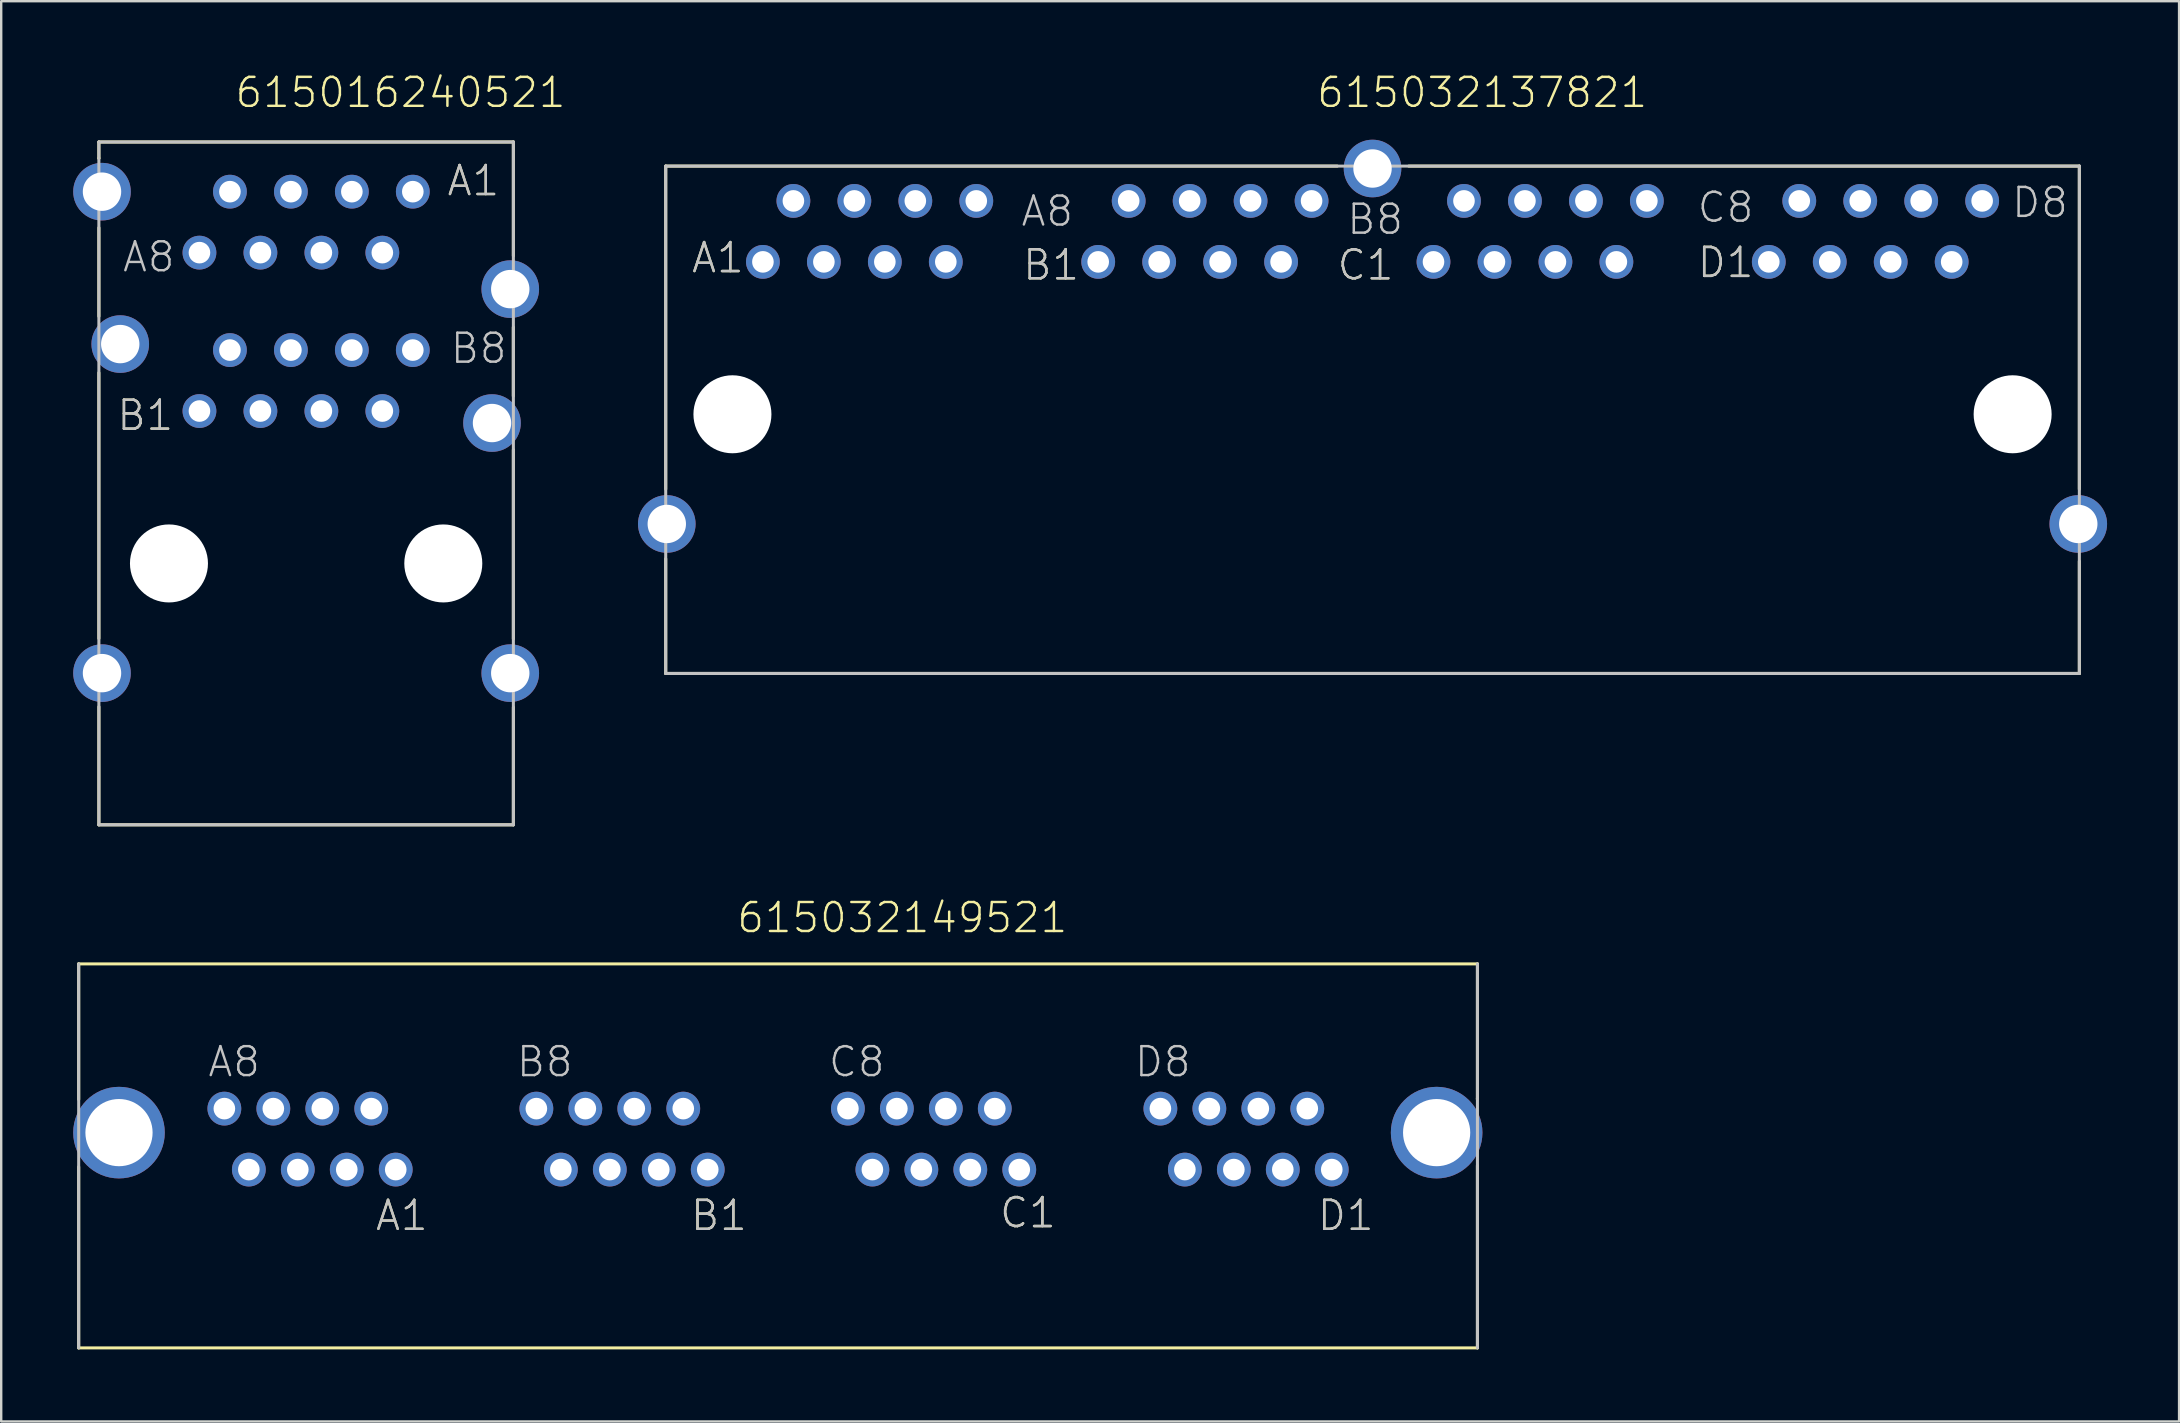
<source format=kicad_pcb>
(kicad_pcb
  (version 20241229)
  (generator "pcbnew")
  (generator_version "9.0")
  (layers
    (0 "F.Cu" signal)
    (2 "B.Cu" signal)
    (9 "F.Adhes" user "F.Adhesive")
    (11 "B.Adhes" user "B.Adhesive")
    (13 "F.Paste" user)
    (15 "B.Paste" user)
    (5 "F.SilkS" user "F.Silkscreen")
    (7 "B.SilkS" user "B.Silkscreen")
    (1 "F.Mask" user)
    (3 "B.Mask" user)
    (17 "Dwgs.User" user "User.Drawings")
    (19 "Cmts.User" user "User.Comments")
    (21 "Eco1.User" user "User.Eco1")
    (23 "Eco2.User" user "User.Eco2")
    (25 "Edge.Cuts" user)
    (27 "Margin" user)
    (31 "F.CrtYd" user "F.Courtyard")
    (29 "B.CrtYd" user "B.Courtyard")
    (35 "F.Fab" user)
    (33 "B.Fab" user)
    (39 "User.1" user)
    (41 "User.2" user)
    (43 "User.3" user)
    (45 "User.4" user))
  (footprint "615032149521"
    (layer "F.Cu")
    (at 29.368 44.141)
    (property "Reference" "615032149521" (at -1.782 -8.25 0) (layer "F.SilkS") (effects (font (size 1.206 1.206) (thickness 0.102)) (justify left bottom)))
    (attr through_hole)
    (fp_line (start -29.14 -7.03) (end 29.14 -7.03) (stroke (width 0.127) (type solid)) (layer "F.SilkS"))
    (fp_line (start -29.14 -1.385) (end -29.14 -7.032) (stroke (width 0.127) (type solid)) (layer "F.SilkS"))
    (fp_line (start -29.14 1.427) (end -29.14 8.971) (stroke (width 0.127) (type solid)) (layer "F.SilkS"))
    (fp_line (start 29.136 -1.402) (end 29.14 -1.402) (stroke (width 0.127) (type solid)) (layer "F.SilkS"))
    (fp_line (start 29.14 -1.402) (end 29.14 -7.03) (stroke (width 0.127) (type solid)) (layer "F.SilkS"))
    (fp_line (start 29.14 1.369) (end 29.14 8.97) (stroke (width 0.127) (type solid)) (layer "F.SilkS"))
    (fp_line (start 29.14 8.97) (end -29.14 8.97) (stroke (width 0.127) (type solid)) (layer "F.SilkS"))
    (fp_line (start -29.14 8.97) (end -29.14 -7.03) (stroke (width 0.127) (type solid)) (layer "Dwgs.User"))
    (fp_line (start 29.14 -7.03) (end 29.14 8.97) (stroke (width 0.127) (type solid)) (layer "Dwgs.User"))
    (fp_text user "A1" (at -16.835 4.16 0) (layer "F.SilkS") (effects (font (size 1.206 1.206) (thickness 0.102)) (justify left bottom)))
    (fp_text user "B1" (at -3.71 4.16 0) (layer "F.SilkS") (effects (font (size 1.206 1.206) (thickness 0.102)) (justify left bottom)))
    (fp_text user "D1" (at 22.405 4.16 0) (layer "F.SilkS") (effects (font (size 1.206 1.206) (thickness 0.102)) (justify left bottom)))
    (fp_text user "C1" (at 9.165 4.045 0) (layer "F.SilkS") (effects (font (size 1.206 1.206) (thickness 0.102)) (justify left bottom)))
    (fp_text user "A1" (at -16.835 4.16 0) (layer "Dwgs.User") (effects (font (size 1.206 1.206) (thickness 0.102)) (justify left bottom)))
    (fp_text user "B1" (at -3.71 4.16 0) (layer "Dwgs.User") (effects (font (size 1.206 1.206) (thickness 0.102)) (justify left bottom)))
    (fp_text user "D8" (at 14.785 -2.245 0) (layer "Dwgs.User") (effects (font (size 1.206 1.206) (thickness 0.102)) (justify left bottom)))
    (fp_text user "B8" (at -10.965 -2.245 0) (layer "Dwgs.User") (effects (font (size 1.206 1.206) (thickness 0.102)) (justify left bottom)))
    (fp_text user "C1" (at 9.165 4.045 0) (layer "Dwgs.User") (effects (font (size 1.206 1.206) (thickness 0.102)) (justify left bottom)))
    (fp_text user "A8" (at -23.82 -2.245 0) (layer "Dwgs.User") (effects (font (size 1.206 1.206) (thickness 0.102)) (justify left bottom)))
    (fp_text user "C8" (at 2.035 -2.245 0) (layer "Dwgs.User") (effects (font (size 1.206 1.206) (thickness 0.102)) (justify left bottom)))
    (fp_text user "D1" (at 22.405 4.16 0) (layer "Dwgs.User") (effects (font (size 1.206 1.206) (thickness 0.102)) (justify left bottom)))
    (pad "A1" thru_hole circle (at -15.93 1.54) (size 1.408 1.408) (drill 0.9) (layers "*.Cu" "*.Mask"))
    (pad "A2" thru_hole circle (at -16.95 -1) (size 1.408 1.408) (drill 0.9) (layers "*.Cu" "*.Mask"))
    (pad "A3" thru_hole circle (at -17.97 1.54) (size 1.408 1.408) (drill 0.9) (layers "*.Cu" "*.Mask"))
    (pad "A4" thru_hole circle (at -18.99 -1) (size 1.408 1.408) (drill 0.9) (layers "*.Cu" "*.Mask"))
    (pad "A5" thru_hole circle (at -20.01 1.54) (size 1.408 1.408) (drill 0.9) (layers "*.Cu" "*.Mask"))
    (pad "A6" thru_hole circle (at -21.03 -1) (size 1.408 1.408) (drill 0.9) (layers "*.Cu" "*.Mask"))
    (pad "A7" thru_hole circle (at -22.05 1.54) (size 1.408 1.408) (drill 0.9) (layers "*.Cu" "*.Mask"))
    (pad "A8" thru_hole circle (at -23.07 -1) (size 1.408 1.408) (drill 0.9) (layers "*.Cu" "*.Mask"))
    (pad "B1" thru_hole circle (at -2.93 1.54) (size 1.408 1.408) (drill 0.9) (layers "*.Cu" "*.Mask"))
    (pad "B2" thru_hole circle (at -3.95 -1) (size 1.408 1.408) (drill 0.9) (layers "*.Cu" "*.Mask"))
    (pad "B3" thru_hole circle (at -4.97 1.54) (size 1.408 1.408) (drill 0.9) (layers "*.Cu" "*.Mask"))
    (pad "B4" thru_hole circle (at -5.99 -1) (size 1.408 1.408) (drill 0.9) (layers "*.Cu" "*.Mask"))
    (pad "B5" thru_hole circle (at -7.01 1.54) (size 1.408 1.408) (drill 0.9) (layers "*.Cu" "*.Mask"))
    (pad "B6" thru_hole circle (at -8.03 -1) (size 1.408 1.408) (drill 0.9) (layers "*.Cu" "*.Mask"))
    (pad "B7" thru_hole circle (at -9.05 1.54) (size 1.408 1.408) (drill 0.9) (layers "*.Cu" "*.Mask"))
    (pad "B8" thru_hole circle (at -10.07 -1) (size 1.408 1.408) (drill 0.9) (layers "*.Cu" "*.Mask"))
    (pad "C1" thru_hole circle (at 10.05 1.54) (size 1.408 1.408) (drill 0.9) (layers "*.Cu" "*.Mask"))
    (pad "C2" thru_hole circle (at 9.03 -1) (size 1.408 1.408) (drill 0.9) (layers "*.Cu" "*.Mask"))
    (pad "C3" thru_hole circle (at 8.01 1.54) (size 1.408 1.408) (drill 0.9) (layers "*.Cu" "*.Mask"))
    (pad "C4" thru_hole circle (at 6.99 -1) (size 1.408 1.408) (drill 0.9) (layers "*.Cu" "*.Mask"))
    (pad "C5" thru_hole circle (at 5.97 1.54) (size 1.408 1.408) (drill 0.9) (layers "*.Cu" "*.Mask"))
    (pad "C6" thru_hole circle (at 4.95 -1) (size 1.408 1.408) (drill 0.9) (layers "*.Cu" "*.Mask"))
    (pad "C7" thru_hole circle (at 3.93 1.54) (size 1.408 1.408) (drill 0.9) (layers "*.Cu" "*.Mask"))
    (pad "C8" thru_hole circle (at 2.91 -1) (size 1.408 1.408) (drill 0.9) (layers "*.Cu" "*.Mask"))
    (pad "D1" thru_hole circle (at 23.07 1.54) (size 1.408 1.408) (drill 0.9) (layers "*.Cu" "*.Mask"))
    (pad "D2" thru_hole circle (at 22.05 -1) (size 1.408 1.408) (drill 0.9) (layers "*.Cu" "*.Mask"))
    (pad "D3" thru_hole circle (at 21.03 1.54) (size 1.408 1.408) (drill 0.9) (layers "*.Cu" "*.Mask"))
    (pad "D4" thru_hole circle (at 20.01 -1) (size 1.408 1.408) (drill 0.9) (layers "*.Cu" "*.Mask"))
    (pad "D5" thru_hole circle (at 18.99 1.54) (size 1.408 1.408) (drill 0.9) (layers "*.Cu" "*.Mask"))
    (pad "D6" thru_hole circle (at 17.97 -1) (size 1.408 1.408) (drill 0.9) (layers "*.Cu" "*.Mask"))
    (pad "D7" thru_hole circle (at 16.95 1.54) (size 1.408 1.408) (drill 0.9) (layers "*.Cu" "*.Mask"))
    (pad "D8" thru_hole circle (at 15.93 -1) (size 1.408 1.408) (drill 0.9) (layers "*.Cu" "*.Mask"))
    (pad "SHEL" thru_hole circle (at -27.46 0) (size 3.816 3.816) (drill 2.8) (layers "*.Cu" "*.Mask"))
    (pad "SHEL" thru_hole circle (at 27.44 0) (size 3.816 3.816) (drill 2.8) (layers "*.Cu" "*.Mask")))
  (footprint "615032137821"
    (layer "F.Cu")
    (at 54.137 6.591)
    (property "Reference" "615032137821" (at -2.39 -5.08 0) (layer "F.SilkS") (effects (font (size 1.206 1.206) (thickness 0.102)) (justify left bottom)))
    (attr through_hole)
    (fp_line (start -29.45 -2.72) (end -29.45 10.74) (stroke (width 0.127) (type solid)) (layer "F.SilkS"))
    (fp_line (start -29.45 18.42) (end -29.45 13.64) (stroke (width 0.127) (type solid)) (layer "F.SilkS"))
    (fp_line (start -1.47 -2.72) (end -29.45 -2.72) (stroke (width 0.127) (type solid)) (layer "F.SilkS"))
    (fp_line (start 1.51 -2.72) (end 29.45 -2.72) (stroke (width 0.127) (type solid)) (layer "F.SilkS"))
    (fp_line (start 29.45 -2.72) (end 29.45 10.74) (stroke (width 0.127) (type solid)) (layer "F.SilkS"))
    (fp_line (start 29.45 13.74) (end 29.45 18.42) (stroke (width 0.127) (type solid)) (layer "F.SilkS"))
    (fp_line (start 29.45 18.42) (end -29.45 18.42) (stroke (width 0.127) (type solid)) (layer "F.SilkS"))
    (fp_line (start -29.45 -2.72) (end 29.45 -2.72) (stroke (width 0.127) (type solid)) (layer "Dwgs.User"))
    (fp_line (start -29.45 18.42) (end -29.45 -2.72) (stroke (width 0.127) (type solid)) (layer "Dwgs.User"))
    (fp_line (start 29.45 -2.72) (end 29.45 18.42) (stroke (width 0.127) (type solid)) (layer "Dwgs.User"))
    (fp_line (start 29.45 18.42) (end -29.45 18.42) (stroke (width 0.127) (type solid)) (layer "Dwgs.User"))
    (fp_text user "D1" (at 13.465 2.005 0) (layer "F.SilkS") (effects (font (size 1.206 1.206) (thickness 0.102)) (justify left bottom)))
    (fp_text user "B1" (at -14.635 2.105 0) (layer "F.SilkS") (effects (font (size 1.206 1.206) (thickness 0.102)) (justify left bottom)))
    (fp_text user "C1" (at -1.535 2.105 0) (layer "F.SilkS") (effects (font (size 1.206 1.206) (thickness 0.102)) (justify left bottom)))
    (fp_text user "A1" (at -28.435 1.805 0) (layer "F.SilkS") (effects (font (size 1.206 1.206) (thickness 0.102)) (justify left bottom)))
    (fp_text user "C8" (at 13.465 -0.295 0) (layer "Dwgs.User") (effects (font (size 1.206 1.206) (thickness 0.102)) (justify left bottom)))
    (fp_text user "D1" (at 13.465 2.005 0) (layer "Dwgs.User") (effects (font (size 1.206 1.206) (thickness 0.102)) (justify left bottom)))
    (fp_text user "A1" (at -28.435 1.805 0) (layer "Dwgs.User") (effects (font (size 1.206 1.206) (thickness 0.102)) (justify left bottom)))
    (fp_text user "B8" (at -1.135 0.205 0) (layer "Dwgs.User") (effects (font (size 1.206 1.206) (thickness 0.102)) (justify left bottom)))
    (fp_text user "A8" (at -14.71 -0.135 0) (layer "Dwgs.User") (effects (font (size 1.206 1.206) (thickness 0.102)) (justify left bottom)))
    (fp_text user "C1" (at -1.535 2.105 0) (layer "Dwgs.User") (effects (font (size 1.206 1.206) (thickness 0.102)) (justify left bottom)))
    (fp_text user "D8" (at 26.565 -0.495 0) (layer "Dwgs.User") (effects (font (size 1.206 1.206) (thickness 0.102)) (justify left bottom)))
    (fp_text user "B1" (at -14.635 2.105 0) (layer "Dwgs.User") (effects (font (size 1.206 1.206) (thickness 0.102)) (justify left bottom)))
    (pad "" np_thru_hole circle (at -26.67 7.62) (size 3.25 3.25) (drill 3.25) (layers "*.Cu"))
    (pad "" np_thru_hole circle (at 26.67 7.62) (size 3.25 3.25) (drill 3.25) (layers "*.Cu"))
    (pad "A1" thru_hole circle (at -25.4 1.27) (size 1.408 1.408) (drill 0.9) (layers "*.Cu" "*.Mask"))
    (pad "A2" thru_hole circle (at -24.13 -1.27) (size 1.408 1.408) (drill 0.9) (layers "*.Cu" "*.Mask"))
    (pad "A3" thru_hole circle (at -22.86 1.27) (size 1.408 1.408) (drill 0.9) (layers "*.Cu" "*.Mask"))
    (pad "A4" thru_hole circle (at -21.59 -1.27) (size 1.408 1.408) (drill 0.9) (layers "*.Cu" "*.Mask"))
    (pad "A5" thru_hole circle (at -20.32 1.27) (size 1.408 1.408) (drill 0.9) (layers "*.Cu" "*.Mask"))
    (pad "A6" thru_hole circle (at -19.05 -1.27) (size 1.408 1.408) (drill 0.9) (layers "*.Cu" "*.Mask"))
    (pad "A7" thru_hole circle (at -17.78 1.27) (size 1.408 1.408) (drill 0.9) (layers "*.Cu" "*.Mask"))
    (pad "A8" thru_hole circle (at -16.51 -1.27) (size 1.408 1.408) (drill 0.9) (layers "*.Cu" "*.Mask"))
    (pad "B1" thru_hole circle (at -11.43 1.27) (size 1.408 1.408) (drill 0.9) (layers "*.Cu" "*.Mask"))
    (pad "B2" thru_hole circle (at -10.16 -1.27) (size 1.408 1.408) (drill 0.9) (layers "*.Cu" "*.Mask"))
    (pad "B3" thru_hole circle (at -8.89 1.27) (size 1.408 1.408) (drill 0.9) (layers "*.Cu" "*.Mask"))
    (pad "B4" thru_hole circle (at -7.62 -1.27) (size 1.408 1.408) (drill 0.9) (layers "*.Cu" "*.Mask"))
    (pad "B5" thru_hole circle (at -6.35 1.27) (size 1.408 1.408) (drill 0.9) (layers "*.Cu" "*.Mask"))
    (pad "B6" thru_hole circle (at -5.08 -1.27) (size 1.408 1.408) (drill 0.9) (layers "*.Cu" "*.Mask"))
    (pad "B7" thru_hole circle (at -3.81 1.27) (size 1.408 1.408) (drill 0.9) (layers "*.Cu" "*.Mask"))
    (pad "B8" thru_hole circle (at -2.54 -1.27) (size 1.408 1.408) (drill 0.9) (layers "*.Cu" "*.Mask"))
    (pad "C1" thru_hole circle (at 2.54 1.27) (size 1.408 1.408) (drill 0.9) (layers "*.Cu" "*.Mask"))
    (pad "C2" thru_hole circle (at 3.81 -1.27) (size 1.408 1.408) (drill 0.9) (layers "*.Cu" "*.Mask"))
    (pad "C3" thru_hole circle (at 5.08 1.27) (size 1.408 1.408) (drill 0.9) (layers "*.Cu" "*.Mask"))
    (pad "C4" thru_hole circle (at 6.35 -1.27) (size 1.408 1.408) (drill 0.9) (layers "*.Cu" "*.Mask"))
    (pad "C5" thru_hole circle (at 7.62 1.27) (size 1.408 1.408) (drill 0.9) (layers "*.Cu" "*.Mask"))
    (pad "C6" thru_hole circle (at 8.89 -1.27) (size 1.408 1.408) (drill 0.9) (layers "*.Cu" "*.Mask"))
    (pad "C7" thru_hole circle (at 10.16 1.27) (size 1.408 1.408) (drill 0.9) (layers "*.Cu" "*.Mask"))
    (pad "C8" thru_hole circle (at 11.43 -1.27) (size 1.408 1.408) (drill 0.9) (layers "*.Cu" "*.Mask"))
    (pad "D1" thru_hole circle (at 16.51 1.27) (size 1.408 1.408) (drill 0.9) (layers "*.Cu" "*.Mask"))
    (pad "D2" thru_hole circle (at 17.78 -1.27) (size 1.408 1.408) (drill 0.9) (layers "*.Cu" "*.Mask"))
    (pad "D3" thru_hole circle (at 19.05 1.27) (size 1.408 1.408) (drill 0.9) (layers "*.Cu" "*.Mask"))
    (pad "D4" thru_hole circle (at 20.32 -1.27) (size 1.408 1.408) (drill 0.9) (layers "*.Cu" "*.Mask"))
    (pad "D5" thru_hole circle (at 21.59 1.27) (size 1.408 1.408) (drill 0.9) (layers "*.Cu" "*.Mask"))
    (pad "D6" thru_hole circle (at 22.86 -1.27) (size 1.408 1.408) (drill 0.9) (layers "*.Cu" "*.Mask"))
    (pad "D7" thru_hole circle (at 24.13 1.27) (size 1.408 1.408) (drill 0.9) (layers "*.Cu" "*.Mask"))
    (pad "D8" thru_hole circle (at 25.4 -1.27) (size 1.408 1.408) (drill 0.9) (layers "*.Cu" "*.Mask"))
    (pad "SHEL" thru_hole circle (at -29.405 12.19) (size 2.4 2.4) (drill 1.6) (layers "*.Cu" "*.Mask"))
    (pad "SHEL" thru_hole circle (at 0 -2.62) (size 2.4 2.4) (drill 1.6) (layers "*.Cu" "*.Mask"))
    (pad "SHEL" thru_hole circle (at 29.405 12.19) (size 2.4 2.4) (drill 1.6) (layers "*.Cu" "*.Mask")))
  (footprint "615016240521"
    (layer "F.Cu")
    (at 9.705 8.996)
    (property "Reference" "615016240521" (at -3.025 -7.485 0) (layer "F.SilkS") (effects (font (size 1.206 1.206) (thickness 0.102)) (justify left bottom)))
    (attr through_hole)
    (fp_line (start -8.637 -5.451) (end -8.635 -5.451) (stroke (width 0.127) (type solid)) (layer "F.SilkS"))
    (fp_line (start -8.636 3.484) (end -8.636 14.556) (stroke (width 0.127) (type solid)) (layer "F.SilkS"))
    (fp_line (start -8.635 -6.13) (end 8.635 -6.13) (stroke (width 0.127) (type solid)) (layer "F.SilkS"))
    (fp_line (start -8.635 -5.451) (end -8.635 -6.13) (stroke (width 0.127) (type solid)) (layer "F.SilkS"))
    (fp_line (start -8.635 -2.556) (end -8.635 1.133) (stroke (width 0.127) (type solid)) (layer "F.SilkS"))
    (fp_line (start -8.635 17.401) (end -8.635 22.32) (stroke (width 0.127) (type solid)) (layer "F.SilkS"))
    (fp_line (start -8.635 22.32) (end 8.635 22.32) (stroke (width 0.127) (type solid)) (layer "F.SilkS"))
    (fp_line (start 8.633 1.587) (end 8.633 4.456) (stroke (width 0.127) (type solid)) (layer "F.SilkS"))
    (fp_line (start 8.635 -6.13) (end 8.635 -1.385) (stroke (width 0.127) (type solid)) (layer "F.SilkS"))
    (fp_line (start 8.635 6.692) (end 8.635 14.573) (stroke (width 0.127) (type solid)) (layer "F.SilkS"))
    (fp_line (start 8.635 22.32) (end 8.636 17.423) (stroke (width 0.127) (type solid)) (layer "F.SilkS"))
    (fp_line (start -8.635 -6.13) (end 8.635 -6.13) (stroke (width 0.127) (type solid)) (layer "Dwgs.User"))
    (fp_line (start -8.635 22.32) (end -8.635 -6.13) (stroke (width 0.127) (type solid)) (layer "Dwgs.User"))
    (fp_line (start 8.635 -6.13) (end 8.635 22.32) (stroke (width 0.127) (type solid)) (layer "Dwgs.User"))
    (fp_line (start 8.635 22.32) (end -8.635 22.32) (stroke (width 0.127) (type solid)) (layer "Dwgs.User"))
    (fp_text user "A1" (at 5.81 -3.81 0) (layer "F.SilkS") (effects (font (size 1.206 1.206) (thickness 0.102)) (justify left bottom)))
    (fp_text user "B1" (at -7.945 5.965 0) (layer "F.SilkS") (effects (font (size 1.206 1.206) (thickness 0.102)) (justify left bottom)))
    (fp_text user "A1" (at 5.81 -3.81 0) (layer "Dwgs.User") (effects (font (size 1.206 1.206) (thickness 0.102)) (justify left bottom)))
    (fp_text user "A8" (at -7.715 -0.635 0) (layer "Dwgs.User") (effects (font (size 1.206 1.206) (thickness 0.102)) (justify left bottom)))
    (fp_text user "B1" (at -7.945 5.965 0) (layer "Dwgs.User") (effects (font (size 1.206 1.206) (thickness 0.102)) (justify left bottom)))
    (fp_text user "B8" (at 5.945 3.175 0) (layer "Dwgs.User") (effects (font (size 1.206 1.206) (thickness 0.102)) (justify left bottom)))
    (pad "" np_thru_hole circle (at -5.715 11.43) (size 3.25 3.25) (drill 3.25) (layers "*.Cu"))
    (pad "" np_thru_hole circle (at 5.715 11.43) (size 3.25 3.25) (drill 3.25) (layers "*.Cu"))
    (pad "A1" thru_hole circle (at 4.445 -4.06) (size 1.408 1.408) (drill 0.9) (layers "*.Cu" "*.Mask"))
    (pad "A2" thru_hole circle (at 3.175 -1.52) (size 1.408 1.408) (drill 0.9) (layers "*.Cu" "*.Mask"))
    (pad "A3" thru_hole circle (at 1.905 -4.06) (size 1.408 1.408) (drill 0.9) (layers "*.Cu" "*.Mask"))
    (pad "A4" thru_hole circle (at 0.635 -1.52) (size 1.408 1.408) (drill 0.9) (layers "*.Cu" "*.Mask"))
    (pad "A5" thru_hole circle (at -0.635 -4.06) (size 1.408 1.408) (drill 0.9) (layers "*.Cu" "*.Mask"))
    (pad "A6" thru_hole circle (at -1.905 -1.52) (size 1.408 1.408) (drill 0.9) (layers "*.Cu" "*.Mask"))
    (pad "A7" thru_hole circle (at -3.175 -4.06) (size 1.408 1.408) (drill 0.9) (layers "*.Cu" "*.Mask"))
    (pad "A8" thru_hole circle (at -4.445 -1.52) (size 1.408 1.408) (drill 0.9) (layers "*.Cu" "*.Mask"))
    (pad "B1" thru_hole circle (at -4.445 5.08) (size 1.408 1.408) (drill 0.9) (layers "*.Cu" "*.Mask"))
    (pad "B2" thru_hole circle (at -3.175 2.54) (size 1.408 1.408) (drill 0.9) (layers "*.Cu" "*.Mask"))
    (pad "B3" thru_hole circle (at -1.905 5.08) (size 1.408 1.408) (drill 0.9) (layers "*.Cu" "*.Mask"))
    (pad "B4" thru_hole circle (at -0.635 2.54) (size 1.408 1.408) (drill 0.9) (layers "*.Cu" "*.Mask"))
    (pad "B5" thru_hole circle (at 0.635 5.08) (size 1.408 1.408) (drill 0.9) (layers "*.Cu" "*.Mask"))
    (pad "B6" thru_hole circle (at 1.905 2.54) (size 1.408 1.408) (drill 0.9) (layers "*.Cu" "*.Mask"))
    (pad "B7" thru_hole circle (at 3.175 5.08) (size 1.408 1.408) (drill 0.9) (layers "*.Cu" "*.Mask"))
    (pad "B8" thru_hole circle (at 4.445 2.54) (size 1.408 1.408) (drill 0.9) (layers "*.Cu" "*.Mask"))
    (pad "SHEL" thru_hole circle (at -8.505 -4.06) (size 2.4 2.4) (drill 1.6) (layers "*.Cu" "*.Mask"))
    (pad "SHEL" thru_hole circle (at -8.505 16) (size 2.4 2.4) (drill 1.6) (layers "*.Cu" "*.Mask"))
    (pad "SHEL" thru_hole circle (at -7.745 2.29) (size 2.4 2.4) (drill 1.6) (layers "*.Cu" "*.Mask"))
    (pad "SHEL" thru_hole circle (at 7.745 5.58) (size 2.4 2.4) (drill 1.6) (layers "*.Cu" "*.Mask"))
    (pad "SHEL" thru_hole circle (at 8.505 0) (size 2.4 2.4) (drill 1.6) (layers "*.Cu" "*.Mask"))
    (pad "SHEL" thru_hole circle (at 8.505 16) (size 2.4 2.4) (drill 1.6) (layers "*.Cu" "*.Mask")))
  (gr_rect
    (start -3 -3)
    (end 87.742 56.176)
    (stroke (width 0.1) (type default))
    (fill no)
    (layer "Edge.Cuts")))
</source>
